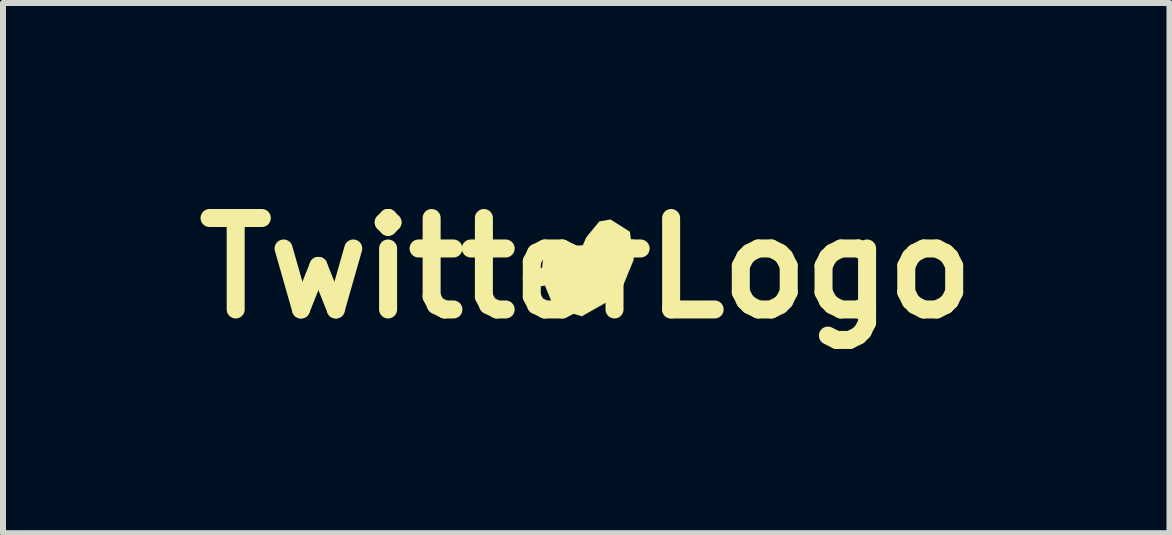
<source format=kicad_pcb>
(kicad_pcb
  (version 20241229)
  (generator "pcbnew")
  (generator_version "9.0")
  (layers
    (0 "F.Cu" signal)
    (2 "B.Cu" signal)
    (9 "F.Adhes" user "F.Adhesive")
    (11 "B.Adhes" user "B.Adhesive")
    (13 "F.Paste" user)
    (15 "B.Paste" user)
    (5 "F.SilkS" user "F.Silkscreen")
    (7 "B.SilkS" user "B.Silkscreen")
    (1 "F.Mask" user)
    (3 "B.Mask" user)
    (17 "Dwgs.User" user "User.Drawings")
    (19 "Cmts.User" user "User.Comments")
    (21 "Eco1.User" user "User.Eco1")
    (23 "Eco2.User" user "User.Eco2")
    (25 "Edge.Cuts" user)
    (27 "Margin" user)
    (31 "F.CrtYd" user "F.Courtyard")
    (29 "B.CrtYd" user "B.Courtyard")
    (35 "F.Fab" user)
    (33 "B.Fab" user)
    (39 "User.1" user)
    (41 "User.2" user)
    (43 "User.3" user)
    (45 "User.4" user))
  (footprint "TwitterLogo"
    (layer "F.Cu")
    (at 6.72 1.418)
    (property "Reference" "TwitterLogo" (at 0 0 0) (layer "F.SilkS") (effects (font (size 1.524 1.524) (thickness 0.3))))
    (attr board_only exclude_from_pos_files exclude_from_bom)
    (fp_poly (pts (xy 0.728 -0.606) (xy 0.791 -0.138) (xy 0.579 0.379) (xy 0.486 0.486) (xy -0.073 0.803) (xy -0.535 0.664) (xy -0.748 0.145) (xy -0.705 -0.331) (xy -0.423 -0.374) (xy -0.401 -0.366) (xy -0.057 -0.38) (xy 0 -0.512) (xy 0.218 -0.777) (xy 0.405 -0.811)) (stroke (width 0) (type solid)) (fill yes) (layer "F.SilkS")))
  (gr_rect
    (start -3 -3)
    (end 16.44 5.836)
    (stroke (width 0.1) (type default))
    (fill no)
    (layer "Edge.Cuts")))
</source>
